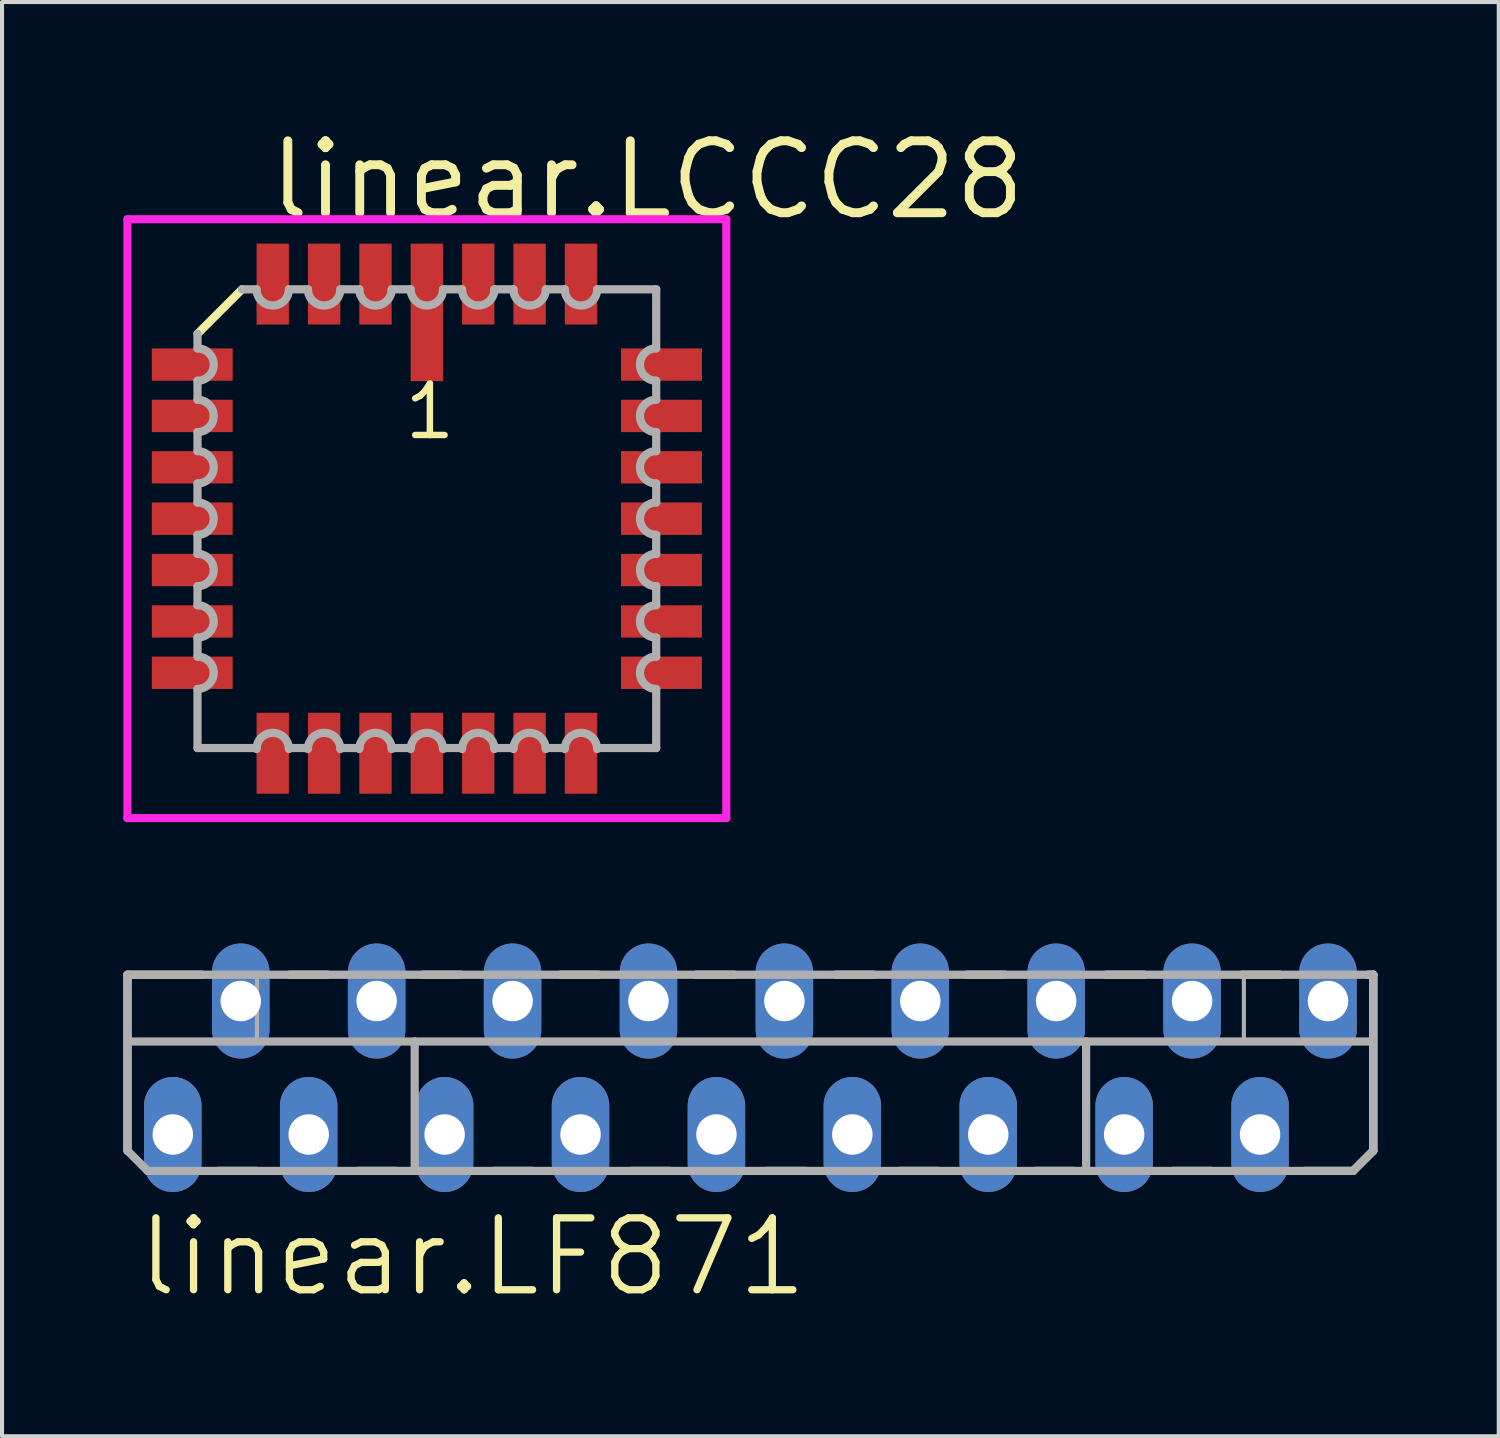
<source format=kicad_pcb>
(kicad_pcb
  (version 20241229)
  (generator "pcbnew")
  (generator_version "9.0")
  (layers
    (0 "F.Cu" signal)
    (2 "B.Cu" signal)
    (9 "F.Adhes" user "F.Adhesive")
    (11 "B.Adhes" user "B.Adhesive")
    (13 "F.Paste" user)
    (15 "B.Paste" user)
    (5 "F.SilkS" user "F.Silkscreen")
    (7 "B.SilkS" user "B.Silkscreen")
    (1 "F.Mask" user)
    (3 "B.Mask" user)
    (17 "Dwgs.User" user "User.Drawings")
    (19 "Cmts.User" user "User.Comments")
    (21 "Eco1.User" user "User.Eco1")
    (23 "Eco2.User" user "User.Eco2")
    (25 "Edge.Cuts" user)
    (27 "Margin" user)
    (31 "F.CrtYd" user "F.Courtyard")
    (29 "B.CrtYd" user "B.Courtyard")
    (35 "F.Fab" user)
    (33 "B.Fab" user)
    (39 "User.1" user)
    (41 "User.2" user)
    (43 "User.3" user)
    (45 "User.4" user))
  (footprint "linear.LCCC28"
    (layer "F.Cu")
    (at 7.503 9.773)
    (property "Reference" "linear.LCCC28" (at -4.005 -7.335 0) (layer "F.SilkS") (effects (font (size 1.778 1.778) (thickness 0.22)) (justify left bottom)))
    (attr smd)
    (fp_line (start -4.57 -5.67) (end -5.67 -4.57) (stroke (width 0.203) (type default)) (layer "F.SilkS"))
    (fp_line (start -7.403 -7.403) (end 7.403 -7.403) (stroke (width 0.2) (type default)) (layer "F.CrtYd"))
    (fp_line (start -7.403 7.403) (end -7.403 -7.403) (stroke (width 0.2) (type default)) (layer "F.CrtYd"))
    (fp_line (start 7.403 -7.403) (end 7.403 7.403) (stroke (width 0.2) (type default)) (layer "F.CrtYd"))
    (fp_line (start 7.403 7.403) (end -7.403 7.403) (stroke (width 0.2) (type default)) (layer "F.CrtYd"))
    (fp_line (start -5.67 -4.57) (end -5.67 -4.21) (stroke (width 0.203) (type default)) (layer "F.Fab"))
    (fp_line (start -5.67 -3.41) (end -5.67 -2.94) (stroke (width 0.203) (type default)) (layer "F.Fab"))
    (fp_line (start -5.67 -2.14) (end -5.67 -1.67) (stroke (width 0.203) (type default)) (layer "F.Fab"))
    (fp_line (start -5.67 -0.87) (end -5.67 -0.4) (stroke (width 0.203) (type default)) (layer "F.Fab"))
    (fp_line (start -5.67 0.4) (end -5.67 0.87) (stroke (width 0.203) (type default)) (layer "F.Fab"))
    (fp_line (start -5.67 1.67) (end -5.67 2.14) (stroke (width 0.203) (type default)) (layer "F.Fab"))
    (fp_line (start -5.67 2.94) (end -5.67 3.41) (stroke (width 0.203) (type default)) (layer "F.Fab"))
    (fp_line (start -5.67 4.21) (end -5.67 5.67) (stroke (width 0.203) (type default)) (layer "F.Fab"))
    (fp_line (start -5.67 5.67) (end -4.21 5.67) (stroke (width 0.203) (type default)) (layer "F.Fab"))
    (fp_line (start -4.21 -5.67) (end -4.57 -5.67) (stroke (width 0.203) (type default)) (layer "F.Fab"))
    (fp_line (start -3.41 5.67) (end -2.94 5.67) (stroke (width 0.203) (type default)) (layer "F.Fab"))
    (fp_line (start -2.94 -5.67) (end -3.41 -5.67) (stroke (width 0.203) (type default)) (layer "F.Fab"))
    (fp_line (start -2.14 5.67) (end -1.67 5.67) (stroke (width 0.203) (type default)) (layer "F.Fab"))
    (fp_line (start -1.67 -5.67) (end -2.14 -5.67) (stroke (width 0.203) (type default)) (layer "F.Fab"))
    (fp_line (start -0.87 5.67) (end -0.4 5.67) (stroke (width 0.203) (type default)) (layer "F.Fab"))
    (fp_line (start -0.4 -5.67) (end -0.87 -5.67) (stroke (width 0.203) (type default)) (layer "F.Fab"))
    (fp_line (start 0.4 5.67) (end 0.87 5.67) (stroke (width 0.203) (type default)) (layer "F.Fab"))
    (fp_line (start 0.87 -5.67) (end 0.4 -5.67) (stroke (width 0.203) (type default)) (layer "F.Fab"))
    (fp_line (start 1.67 5.67) (end 2.14 5.67) (stroke (width 0.203) (type default)) (layer "F.Fab"))
    (fp_line (start 2.14 -5.67) (end 1.67 -5.67) (stroke (width 0.203) (type default)) (layer "F.Fab"))
    (fp_line (start 2.94 5.67) (end 3.41 5.67) (stroke (width 0.203) (type default)) (layer "F.Fab"))
    (fp_line (start 3.41 -5.67) (end 2.94 -5.67) (stroke (width 0.203) (type default)) (layer "F.Fab"))
    (fp_line (start 4.21 5.67) (end 5.67 5.67) (stroke (width 0.203) (type default)) (layer "F.Fab"))
    (fp_line (start 5.67 -5.67) (end 4.21 -5.67) (stroke (width 0.203) (type default)) (layer "F.Fab"))
    (fp_line (start 5.67 -4.21) (end 5.67 -5.67) (stroke (width 0.203) (type default)) (layer "F.Fab"))
    (fp_line (start 5.67 -2.94) (end 5.67 -3.41) (stroke (width 0.203) (type default)) (layer "F.Fab"))
    (fp_line (start 5.67 -1.67) (end 5.67 -2.14) (stroke (width 0.203) (type default)) (layer "F.Fab"))
    (fp_line (start 5.67 -0.4) (end 5.67 -0.87) (stroke (width 0.203) (type default)) (layer "F.Fab"))
    (fp_line (start 5.67 0.87) (end 5.67 0.4) (stroke (width 0.203) (type default)) (layer "F.Fab"))
    (fp_line (start 5.67 2.14) (end 5.67 1.67) (stroke (width 0.203) (type default)) (layer "F.Fab"))
    (fp_line (start 5.67 3.41) (end 5.67 2.94) (stroke (width 0.203) (type default)) (layer "F.Fab"))
    (fp_line (start 5.67 5.67) (end 5.67 4.21) (stroke (width 0.203) (type default)) (layer "F.Fab"))
    (fp_arc (start -5.6701 -4.21) (mid -5.2701 -3.81) (end -5.6701 -3.41) (stroke (width 0.2032) (type default)) (layer "F.Fab"))
    (fp_arc (start -5.6701 -2.94) (mid -5.2701 -2.54) (end -5.6701 -2.14) (stroke (width 0.2032) (type default)) (layer "F.Fab"))
    (fp_arc (start -5.6701 -1.67) (mid -5.2701 -1.27) (end -5.6701 -0.87) (stroke (width 0.2032) (type default)) (layer "F.Fab"))
    (fp_arc (start -5.6701 -0.4001) (mid -5.27 0) (end -5.6701 0.4001) (stroke (width 0.2032) (type default)) (layer "F.Fab"))
    (fp_arc (start -5.6701 0.8699) (mid -5.27 1.27) (end -5.6701 1.6701) (stroke (width 0.2032) (type default)) (layer "F.Fab"))
    (fp_arc (start -5.6701 2.1399) (mid -5.27 2.54) (end -5.6701 2.9401) (stroke (width 0.2032) (type default)) (layer "F.Fab"))
    (fp_arc (start -5.6701 3.4099) (mid -5.27 3.81) (end -5.6701 4.2101) (stroke (width 0.2032) (type default)) (layer "F.Fab"))
    (fp_arc (start -4.2101 5.6951) (mid -3.81 5.295) (end -3.4099 5.6951) (stroke (width 0.2032) (type default)) (layer "F.Fab"))
    (fp_arc (start -3.4099 -5.6701) (mid -3.81 -5.27) (end -4.2101 -5.6701) (stroke (width 0.2032) (type default)) (layer "F.Fab"))
    (fp_arc (start -2.9401 5.6951) (mid -2.54 5.295) (end -2.1399 5.6951) (stroke (width 0.2032) (type default)) (layer "F.Fab"))
    (fp_arc (start -2.1399 -5.6701) (mid -2.54 -5.27) (end -2.9401 -5.6701) (stroke (width 0.2032) (type default)) (layer "F.Fab"))
    (fp_arc (start -1.6701 5.6951) (mid -1.27 5.295) (end -0.8699 5.6951) (stroke (width 0.2032) (type default)) (layer "F.Fab"))
    (fp_arc (start -0.8699 -5.6701) (mid -1.27 -5.27) (end -1.6701 -5.6701) (stroke (width 0.2032) (type default)) (layer "F.Fab"))
    (fp_arc (start -0.4001 5.6951) (mid 0 5.295) (end 0.4001 5.6951) (stroke (width 0.2032) (type default)) (layer "F.Fab"))
    (fp_arc (start 0.4001 -5.6701) (mid 0 -5.27) (end -0.4001 -5.6701) (stroke (width 0.2032) (type default)) (layer "F.Fab"))
    (fp_arc (start 0.87 5.6951) (mid 1.27 5.2951) (end 1.67 5.6951) (stroke (width 0.2032) (type default)) (layer "F.Fab"))
    (fp_arc (start 1.67 -5.6701) (mid 1.27 -5.2701) (end 0.87 -5.6701) (stroke (width 0.2032) (type default)) (layer "F.Fab"))
    (fp_arc (start 2.14 5.6951) (mid 2.54 5.2951) (end 2.94 5.6951) (stroke (width 0.2032) (type default)) (layer "F.Fab"))
    (fp_arc (start 2.94 -5.6701) (mid 2.54 -5.2701) (end 2.14 -5.6701) (stroke (width 0.2032) (type default)) (layer "F.Fab"))
    (fp_arc (start 3.41 5.6951) (mid 3.81 5.2951) (end 4.21 5.6951) (stroke (width 0.2032) (type default)) (layer "F.Fab"))
    (fp_arc (start 4.21 -5.6701) (mid 3.81 -5.2701) (end 3.41 -5.6701) (stroke (width 0.2032) (type default)) (layer "F.Fab"))
    (fp_arc (start 5.6701 -3.4099) (mid 5.27 -3.81) (end 5.6701 -4.2101) (stroke (width 0.2032) (type default)) (layer "F.Fab"))
    (fp_arc (start 5.6701 -2.1399) (mid 5.27 -2.54) (end 5.6701 -2.9401) (stroke (width 0.2032) (type default)) (layer "F.Fab"))
    (fp_arc (start 5.6701 -0.8699) (mid 5.27 -1.27) (end 5.6701 -1.6701) (stroke (width 0.2032) (type default)) (layer "F.Fab"))
    (fp_arc (start 5.6701 0.4001) (mid 5.27 0) (end 5.6701 -0.4001) (stroke (width 0.2032) (type default)) (layer "F.Fab"))
    (fp_arc (start 5.6701 1.67) (mid 5.2701 1.27) (end 5.6701 0.87) (stroke (width 0.2032) (type default)) (layer "F.Fab"))
    (fp_arc (start 5.6701 2.94) (mid 5.2701 2.54) (end 5.6701 2.14) (stroke (width 0.2032) (type default)) (layer "F.Fab"))
    (fp_arc (start 5.6701 4.21) (mid 5.2701 3.81) (end 5.6701 3.41) (stroke (width 0.2032) (type default)) (layer "F.Fab"))
    (fp_text user "1" (at -0.635 -1.905 0) (layer "F.SilkS") (effects (font (size 1.27 1.27) (thickness 0.16)) (justify left bottom)))
    (pad "1" smd roundrect (at 0 -5.1) (size 0.8 3.4) (layers "F.Cu" "F.Mask" "F.Paste") (roundrect_rratio 0.01))
    (pad "2" smd roundrect (at -1.27 -5.8) (size 0.8 2) (layers "F.Cu" "F.Mask" "F.Paste") (roundrect_rratio 0.01))
    (pad "3" smd roundrect (at -2.54 -5.8) (size 0.8 2) (layers "F.Cu" "F.Mask" "F.Paste") (roundrect_rratio 0.01))
    (pad "4" smd roundrect (at -3.81 -5.8) (size 0.8 2) (layers "F.Cu" "F.Mask" "F.Paste") (roundrect_rratio 0.01))
    (pad "5" smd roundrect (at -5.8 -3.81) (size 2 0.8) (layers "F.Cu" "F.Mask" "F.Paste") (roundrect_rratio 0.01))
    (pad "6" smd roundrect (at -5.8 -2.54) (size 2 0.8) (layers "F.Cu" "F.Mask" "F.Paste") (roundrect_rratio 0.01))
    (pad "7" smd roundrect (at -5.8 -1.27) (size 2 0.8) (layers "F.Cu" "F.Mask" "F.Paste") (roundrect_rratio 0.01))
    (pad "8" smd roundrect (at -5.8 0) (size 2 0.8) (layers "F.Cu" "F.Mask" "F.Paste") (roundrect_rratio 0.01))
    (pad "9" smd roundrect (at -5.8 1.27) (size 2 0.8) (layers "F.Cu" "F.Mask" "F.Paste") (roundrect_rratio 0.01))
    (pad "10" smd roundrect (at -5.8 2.54) (size 2 0.8) (layers "F.Cu" "F.Mask" "F.Paste") (roundrect_rratio 0.01))
    (pad "11" smd roundrect (at -5.8 3.81) (size 2 0.8) (layers "F.Cu" "F.Mask" "F.Paste") (roundrect_rratio 0.01))
    (pad "12" smd roundrect (at -3.81 5.8) (size 0.8 2) (layers "F.Cu" "F.Mask" "F.Paste") (roundrect_rratio 0.01))
    (pad "13" smd roundrect (at -2.54 5.8) (size 0.8 2) (layers "F.Cu" "F.Mask" "F.Paste") (roundrect_rratio 0.01))
    (pad "14" smd roundrect (at -1.27 5.8) (size 0.8 2) (layers "F.Cu" "F.Mask" "F.Paste") (roundrect_rratio 0.01))
    (pad "15" smd roundrect (at 0 5.8) (size 0.8 2) (layers "F.Cu" "F.Mask" "F.Paste") (roundrect_rratio 0.01))
    (pad "16" smd roundrect (at 1.27 5.8) (size 0.8 2) (layers "F.Cu" "F.Mask" "F.Paste") (roundrect_rratio 0.01))
    (pad "17" smd roundrect (at 2.54 5.8) (size 0.8 2) (layers "F.Cu" "F.Mask" "F.Paste") (roundrect_rratio 0.01))
    (pad "18" smd roundrect (at 3.81 5.8) (size 0.8 2) (layers "F.Cu" "F.Mask" "F.Paste") (roundrect_rratio 0.01))
    (pad "19" smd roundrect (at 5.8 3.81) (size 2 0.8) (layers "F.Cu" "F.Mask" "F.Paste") (roundrect_rratio 0.01))
    (pad "20" smd roundrect (at 5.8 2.54) (size 2 0.8) (layers "F.Cu" "F.Mask" "F.Paste") (roundrect_rratio 0.01))
    (pad "21" smd roundrect (at 5.8 1.27) (size 2 0.8) (layers "F.Cu" "F.Mask" "F.Paste") (roundrect_rratio 0.01))
    (pad "22" smd roundrect (at 5.8 0) (size 2 0.8) (layers "F.Cu" "F.Mask" "F.Paste") (roundrect_rratio 0.01))
    (pad "23" smd roundrect (at 5.8 -1.27) (size 2 0.8) (layers "F.Cu" "F.Mask" "F.Paste") (roundrect_rratio 0.01))
    (pad "24" smd roundrect (at 5.8 -2.54) (size 2 0.8) (layers "F.Cu" "F.Mask" "F.Paste") (roundrect_rratio 0.01))
    (pad "25" smd roundrect (at 5.8 -3.81) (size 2 0.8) (layers "F.Cu" "F.Mask" "F.Paste") (roundrect_rratio 0.01))
    (pad "26" smd roundrect (at 3.81 -5.8) (size 0.8 2) (layers "F.Cu" "F.Mask" "F.Paste") (roundrect_rratio 0.01))
    (pad "27" smd roundrect (at 2.54 -5.8) (size 0.8 2) (layers "F.Cu" "F.Mask" "F.Paste") (roundrect_rratio 0.01))
    (pad "28" smd roundrect (at 1.27 -5.8) (size 0.8 2) (layers "F.Cu" "F.Mask" "F.Paste") (roundrect_rratio 0.01)))
  (footprint "linear.LF871"
    (layer "F.Cu")
    (at 15.502 23.348)
    (property "Reference" "linear.LF871" (at -15.24 5.715 0) (layer "F.SilkS") (effects (font (size 1.778 1.778) (thickness 0.18)) (justify left bottom)))
    (attr through_hole)
    (fp_line (start -15.4 -2.3) (end -13.55 -2.3) (stroke (width 0.203) (type default)) (layer "F.SilkS"))
    (fp_line (start -15.4 2.05) (end -15.4 -2.3) (stroke (width 0.203) (type default)) (layer "F.SilkS"))
    (fp_line (start -13.15 2.55) (end -12.2 2.55) (stroke (width 0.203) (type default)) (layer "F.SilkS"))
    (fp_line (start -11.4 -2.3) (end -10.45 -2.3) (stroke (width 0.203) (type default)) (layer "F.SilkS"))
    (fp_line (start -9.7 2.55) (end -8.75 2.55) (stroke (width 0.203) (type default)) (layer "F.SilkS"))
    (fp_line (start -8.1 -2.3) (end -7.15 -2.3) (stroke (width 0.203) (type default)) (layer "F.SilkS"))
    (fp_line (start -6.35 2.55) (end -5.4 2.55) (stroke (width 0.203) (type default)) (layer "F.SilkS"))
    (fp_line (start -4.7 -2.3) (end -3.75 -2.3) (stroke (width 0.203) (type default)) (layer "F.SilkS"))
    (fp_line (start -2.95 2.55) (end -2 2.55) (stroke (width 0.203) (type default)) (layer "F.SilkS"))
    (fp_line (start -1.35 -2.3) (end -0.4 -2.3) (stroke (width 0.203) (type default)) (layer "F.SilkS"))
    (fp_line (start 0.4 2.55) (end 1.35 2.55) (stroke (width 0.203) (type default)) (layer "F.SilkS"))
    (fp_line (start 2.1 -2.3) (end 3.05 -2.3) (stroke (width 0.203) (type default)) (layer "F.SilkS"))
    (fp_line (start 3.7 2.55) (end 4.65 2.55) (stroke (width 0.203) (type default)) (layer "F.SilkS"))
    (fp_line (start 5.35 -2.3) (end 6.3 -2.3) (stroke (width 0.203) (type default)) (layer "F.SilkS"))
    (fp_line (start 7.05 2.55) (end 8 2.55) (stroke (width 0.203) (type default)) (layer "F.SilkS"))
    (fp_line (start 8.8 -2.3) (end 9.75 -2.3) (stroke (width 0.203) (type default)) (layer "F.SilkS"))
    (fp_line (start 10.45 2.55) (end 11.4 2.55) (stroke (width 0.203) (type default)) (layer "F.SilkS"))
    (fp_line (start 12.15 -2.3) (end 13.1 -2.3) (stroke (width 0.203) (type default)) (layer "F.SilkS"))
    (fp_line (start 13.7 2.55) (end 14.9 2.55) (stroke (width 0.203) (type default)) (layer "F.SilkS"))
    (fp_line (start 14.9 2.55) (end 15.4 2.05) (stroke (width 0.203) (type default)) (layer "F.SilkS"))
    (fp_line (start 15.4 -2.3) (end 15.25 -2.3) (stroke (width 0.203) (type default)) (layer "F.SilkS"))
    (fp_line (start 15.4 2.05) (end 15.4 -2.3) (stroke (width 0.203) (type default)) (layer "F.SilkS"))
    (fp_line (start -15.4 -2.3) (end -15.4 2.05) (stroke (width 0.203) (type default)) (layer "F.Fab"))
    (fp_line (start -15.4 2.05) (end -14.9 2.55) (stroke (width 0.203) (type default)) (layer "F.Fab"))
    (fp_line (start -14.9 2.55) (end 14.9 2.55) (stroke (width 0.203) (type default)) (layer "F.Fab"))
    (fp_line (start -12.2 -0.75) (end -12.2 -2.2) (stroke (width 0.102) (type default)) (layer "F.Fab"))
    (fp_line (start -8.3 -0.65) (end -15.35 -0.65) (stroke (width 0.203) (type default)) (layer "F.Fab"))
    (fp_line (start -8.3 -0.65) (end 8.3 -0.65) (stroke (width 0.203) (type default)) (layer "F.Fab"))
    (fp_line (start -8.3 2.45) (end -8.3 -0.65) (stroke (width 0.203) (type default)) (layer "F.Fab"))
    (fp_line (start 8.3 -0.65) (end 15.35 -0.65) (stroke (width 0.203) (type default)) (layer "F.Fab"))
    (fp_line (start 8.3 2.5) (end 8.3 -0.65) (stroke (width 0.203) (type default)) (layer "F.Fab"))
    (fp_line (start 12.2 -0.75) (end 12.2 -2.2) (stroke (width 0.102) (type default)) (layer "F.Fab"))
    (fp_line (start 14.9 2.55) (end 15.4 2.05) (stroke (width 0.203) (type default)) (layer "F.Fab"))
    (fp_line (start 15.4 -2.3) (end -15.4 -2.3) (stroke (width 0.203) (type default)) (layer "F.Fab"))
    (fp_line (start 15.4 2.05) (end 15.4 -2.3) (stroke (width 0.203) (type default)) (layer "F.Fab"))
    (pad "1" thru_hole oval (at -14.28 1.65 90) (size 2.845 1.422) (drill 1) (layers "*.Cu" "*.Mask"))
    (pad "2" thru_hole oval (at -12.6 -1.65 90) (size 2.845 1.422) (drill 1) (layers "*.Cu" "*.Mask"))
    (pad "3" thru_hole oval (at -10.92 1.65 90) (size 2.845 1.422) (drill 1) (layers "*.Cu" "*.Mask"))
    (pad "4" thru_hole oval (at -9.24 -1.65 90) (size 2.845 1.422) (drill 1) (layers "*.Cu" "*.Mask"))
    (pad "5" thru_hole oval (at -7.56 1.65 90) (size 2.845 1.422) (drill 1) (layers "*.Cu" "*.Mask"))
    (pad "6" thru_hole oval (at -5.88 -1.65 90) (size 2.845 1.422) (drill 1) (layers "*.Cu" "*.Mask"))
    (pad "7" thru_hole oval (at -4.2 1.65 90) (size 2.845 1.422) (drill 1) (layers "*.Cu" "*.Mask"))
    (pad "8" thru_hole oval (at -2.52 -1.65 90) (size 2.845 1.422) (drill 1) (layers "*.Cu" "*.Mask"))
    (pad "9" thru_hole oval (at -0.84 1.65 90) (size 2.845 1.422) (drill 1) (layers "*.Cu" "*.Mask"))
    (pad "10" thru_hole oval (at 0.84 -1.65 90) (size 2.845 1.422) (drill 1) (layers "*.Cu" "*.Mask"))
    (pad "11" thru_hole oval (at 2.52 1.65 90) (size 2.845 1.422) (drill 1) (layers "*.Cu" "*.Mask"))
    (pad "12" thru_hole oval (at 4.2 -1.65 90) (size 2.845 1.422) (drill 1) (layers "*.Cu" "*.Mask"))
    (pad "13" thru_hole oval (at 5.88 1.65 90) (size 2.845 1.422) (drill 1) (layers "*.Cu" "*.Mask"))
    (pad "14" thru_hole oval (at 7.56 -1.65 90) (size 2.845 1.422) (drill 1) (layers "*.Cu" "*.Mask"))
    (pad "15" thru_hole oval (at 9.24 1.65 90) (size 2.845 1.422) (drill 1) (layers "*.Cu" "*.Mask"))
    (pad "16" thru_hole oval (at 10.92 -1.65 90) (size 2.845 1.422) (drill 1) (layers "*.Cu" "*.Mask"))
    (pad "17" thru_hole oval (at 12.6 1.65 90) (size 2.845 1.422) (drill 1) (layers "*.Cu" "*.Mask"))
    (pad "18" thru_hole oval (at 14.28 -1.65 90) (size 2.845 1.422) (drill 1) (layers "*.Cu" "*.Mask")))
  (gr_rect
    (start -3 -3)
    (end 34.003 32.457)
    (stroke (width 0.1) (type default))
    (fill no)
    (layer "Edge.Cuts")))
</source>
